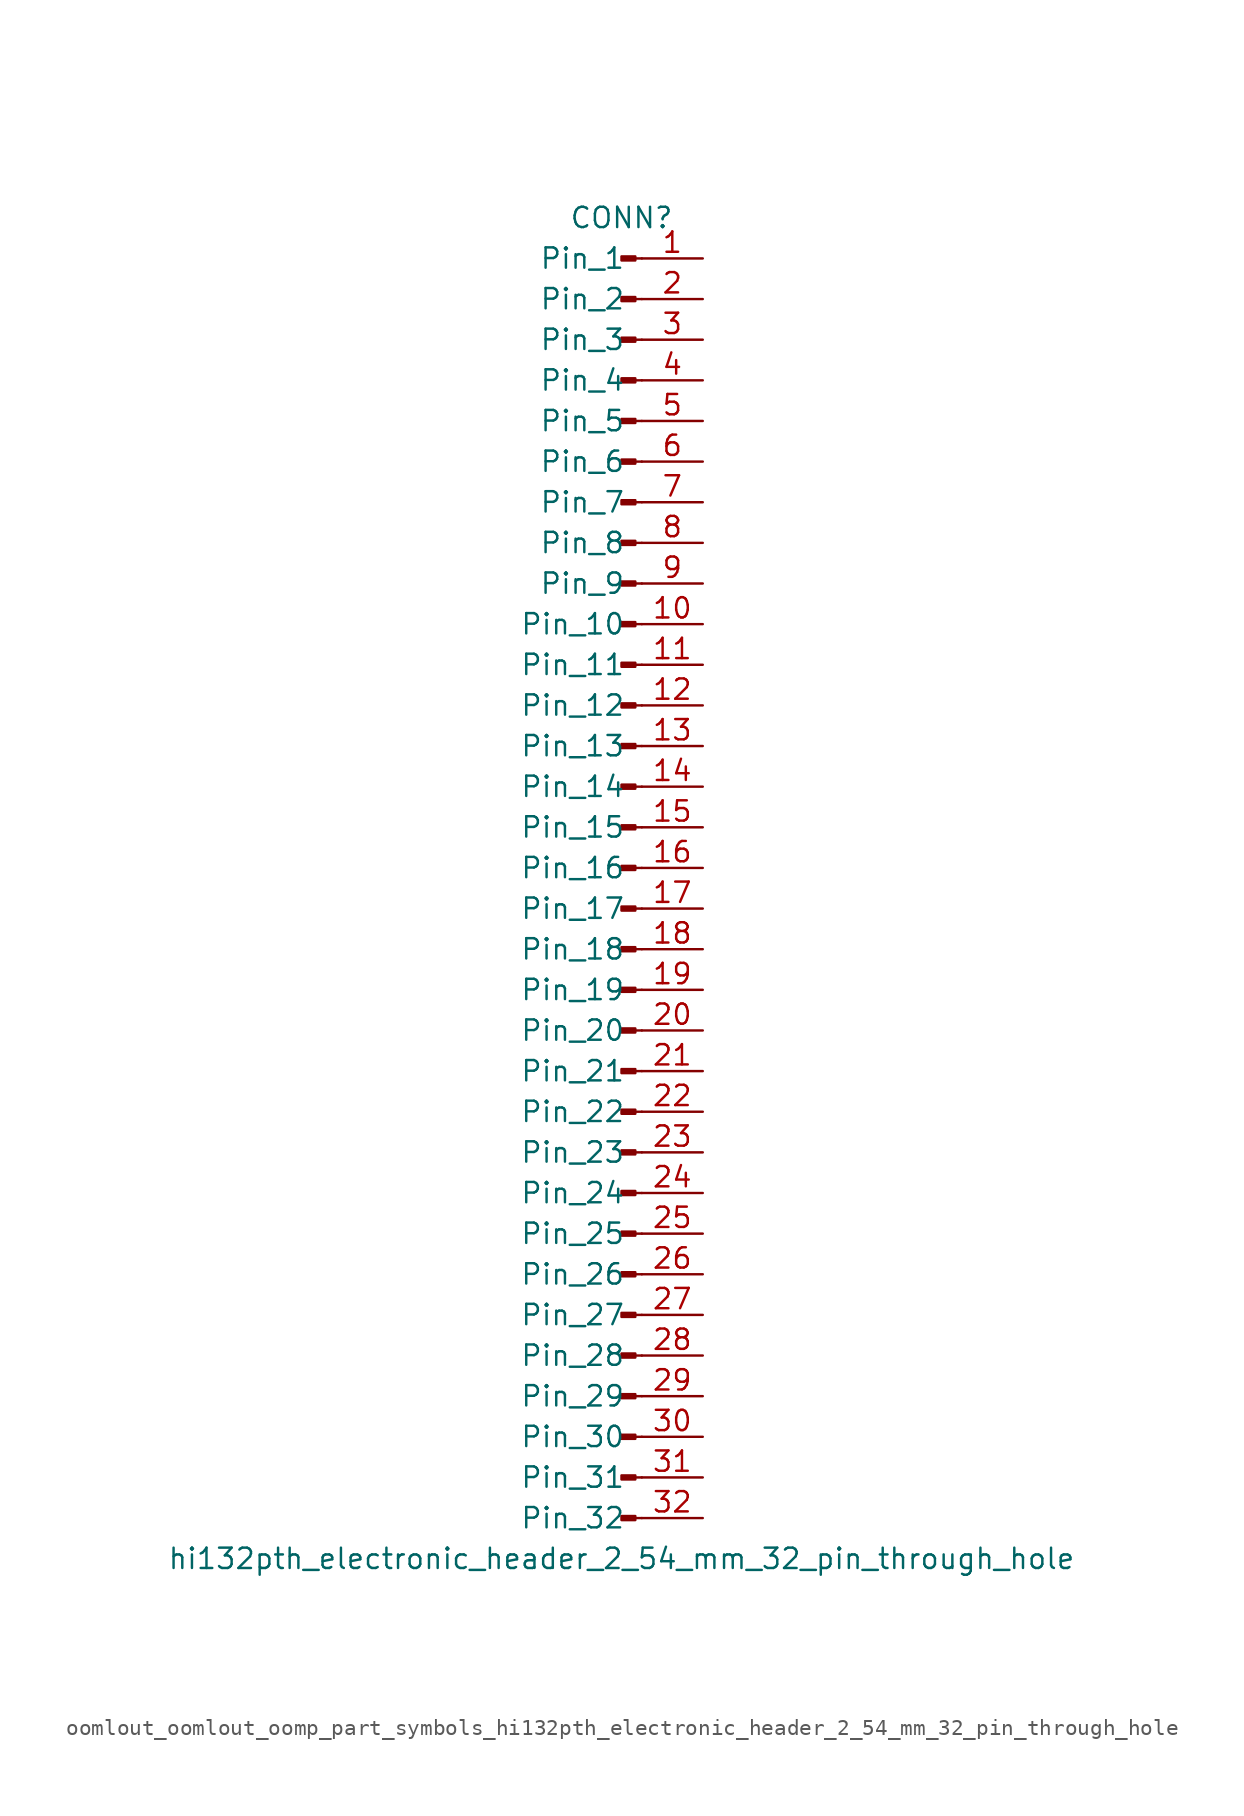
<source format=kicad_sym>
(kicad_symbol_lib
  (version 20220914)
  (generator kicad_symbol_editor)
  (symbol "oomlout_oomlout_oomp_part_symbols_hi132pth_electronic_header_2_54_mm_32_pin_through_hole"
    (pin_names
      (offset 1.016))
    (property "Reference" "CONN"
      (at 0 40.64 0)
      (effects (font (size 1.27 1.27))))
    (property "Value" "hi132pth_electronic_header_2_54_mm_32_pin_through_hole"
      (at 0 -43.18 0)
      (effects (font (size 1.27 1.27))))
    (property "ki_locked" ""
      (at 0 0 0)
      (effects (font (size 1.27 1.27))))
    (symbol "oomlout_oomlout_oomp_part_symbols_hi132pth_electronic_header_2_54_mm_32_pin_through_hole_1_1"
      (polyline (pts (xy 1.27 -40.64) (xy 0.864 -40.64)) (stroke (width 0.152) (type default)) (fill (type none)))
      (polyline (pts (xy 1.27 -38.1) (xy 0.864 -38.1)) (stroke (width 0.152) (type default)) (fill (type none)))
      (polyline (pts (xy 1.27 -35.56) (xy 0.864 -35.56)) (stroke (width 0.152) (type default)) (fill (type none)))
      (polyline (pts (xy 1.27 -33.02) (xy 0.864 -33.02)) (stroke (width 0.152) (type default)) (fill (type none)))
      (polyline (pts (xy 1.27 -30.48) (xy 0.864 -30.48)) (stroke (width 0.152) (type default)) (fill (type none)))
      (polyline (pts (xy 1.27 -27.94) (xy 0.864 -27.94)) (stroke (width 0.152) (type default)) (fill (type none)))
      (polyline (pts (xy 1.27 -25.4) (xy 0.864 -25.4)) (stroke (width 0.152) (type default)) (fill (type none)))
      (polyline (pts (xy 1.27 -22.86) (xy 0.864 -22.86)) (stroke (width 0.152) (type default)) (fill (type none)))
      (polyline (pts (xy 1.27 -20.32) (xy 0.864 -20.32)) (stroke (width 0.152) (type default)) (fill (type none)))
      (polyline (pts (xy 1.27 -17.78) (xy 0.864 -17.78)) (stroke (width 0.152) (type default)) (fill (type none)))
      (polyline (pts (xy 1.27 -15.24) (xy 0.864 -15.24)) (stroke (width 0.152) (type default)) (fill (type none)))
      (polyline (pts (xy 1.27 -12.7) (xy 0.864 -12.7)) (stroke (width 0.152) (type default)) (fill (type none)))
      (polyline (pts (xy 1.27 -10.16) (xy 0.864 -10.16)) (stroke (width 0.152) (type default)) (fill (type none)))
      (polyline (pts (xy 1.27 -7.62) (xy 0.864 -7.62)) (stroke (width 0.152) (type default)) (fill (type none)))
      (polyline (pts (xy 1.27 -5.08) (xy 0.864 -5.08)) (stroke (width 0.152) (type default)) (fill (type none)))
      (polyline (pts (xy 1.27 -2.54) (xy 0.864 -2.54)) (stroke (width 0.152) (type default)) (fill (type none)))
      (polyline (pts (xy 1.27 0) (xy 0.864 0)) (stroke (width 0.152) (type default)) (fill (type none)))
      (polyline (pts (xy 1.27 2.54) (xy 0.864 2.54)) (stroke (width 0.152) (type default)) (fill (type none)))
      (polyline (pts (xy 1.27 5.08) (xy 0.864 5.08)) (stroke (width 0.152) (type default)) (fill (type none)))
      (polyline (pts (xy 1.27 7.62) (xy 0.864 7.62)) (stroke (width 0.152) (type default)) (fill (type none)))
      (polyline (pts (xy 1.27 10.16) (xy 0.864 10.16)) (stroke (width 0.152) (type default)) (fill (type none)))
      (polyline (pts (xy 1.27 12.7) (xy 0.864 12.7)) (stroke (width 0.152) (type default)) (fill (type none)))
      (polyline (pts (xy 1.27 15.24) (xy 0.864 15.24)) (stroke (width 0.152) (type default)) (fill (type none)))
      (polyline (pts (xy 1.27 17.78) (xy 0.864 17.78)) (stroke (width 0.152) (type default)) (fill (type none)))
      (polyline (pts (xy 1.27 20.32) (xy 0.864 20.32)) (stroke (width 0.152) (type default)) (fill (type none)))
      (polyline (pts (xy 1.27 22.86) (xy 0.864 22.86)) (stroke (width 0.152) (type default)) (fill (type none)))
      (polyline (pts (xy 1.27 25.4) (xy 0.864 25.4)) (stroke (width 0.152) (type default)) (fill (type none)))
      (polyline (pts (xy 1.27 27.94) (xy 0.864 27.94)) (stroke (width 0.152) (type default)) (fill (type none)))
      (polyline (pts (xy 1.27 30.48) (xy 0.864 30.48)) (stroke (width 0.152) (type default)) (fill (type none)))
      (polyline (pts (xy 1.27 33.02) (xy 0.864 33.02)) (stroke (width 0.152) (type default)) (fill (type none)))
      (polyline (pts (xy 1.27 35.56) (xy 0.864 35.56)) (stroke (width 0.152) (type default)) (fill (type none)))
      (polyline (pts (xy 1.27 38.1) (xy 0.864 38.1)) (stroke (width 0.152) (type default)) (fill (type none)))
      (rectangle (start 0.864 -40.513) (end 0 -40.767) (stroke (width 0.152) (type default)) (fill (type outline)))
      (rectangle (start 0.864 -37.973) (end 0 -38.227) (stroke (width 0.152) (type default)) (fill (type outline)))
      (rectangle (start 0.864 -35.433) (end 0 -35.687) (stroke (width 0.152) (type default)) (fill (type outline)))
      (rectangle (start 0.864 -32.893) (end 0 -33.147) (stroke (width 0.152) (type default)) (fill (type outline)))
      (rectangle (start 0.864 -30.353) (end 0 -30.607) (stroke (width 0.152) (type default)) (fill (type outline)))
      (rectangle (start 0.864 -27.813) (end 0 -28.067) (stroke (width 0.152) (type default)) (fill (type outline)))
      (rectangle (start 0.864 -25.273) (end 0 -25.527) (stroke (width 0.152) (type default)) (fill (type outline)))
      (rectangle (start 0.864 -22.733) (end 0 -22.987) (stroke (width 0.152) (type default)) (fill (type outline)))
      (rectangle (start 0.864 -20.193) (end 0 -20.447) (stroke (width 0.152) (type default)) (fill (type outline)))
      (rectangle (start 0.864 -17.653) (end 0 -17.907) (stroke (width 0.152) (type default)) (fill (type outline)))
      (rectangle (start 0.864 -15.113) (end 0 -15.367) (stroke (width 0.152) (type default)) (fill (type outline)))
      (rectangle (start 0.864 -12.573) (end 0 -12.827) (stroke (width 0.152) (type default)) (fill (type outline)))
      (rectangle (start 0.864 -10.033) (end 0 -10.287) (stroke (width 0.152) (type default)) (fill (type outline)))
      (rectangle (start 0.864 -7.493) (end 0 -7.747) (stroke (width 0.152) (type default)) (fill (type outline)))
      (rectangle (start 0.864 -4.953) (end 0 -5.207) (stroke (width 0.152) (type default)) (fill (type outline)))
      (rectangle (start 0.864 -2.413) (end 0 -2.667) (stroke (width 0.152) (type default)) (fill (type outline)))
      (rectangle (start 0.864 0.127) (end 0 -0.127) (stroke (width 0.152) (type default)) (fill (type outline)))
      (rectangle (start 0.864 2.667) (end 0 2.413) (stroke (width 0.152) (type default)) (fill (type outline)))
      (rectangle (start 0.864 5.207) (end 0 4.953) (stroke (width 0.152) (type default)) (fill (type outline)))
      (rectangle (start 0.864 7.747) (end 0 7.493) (stroke (width 0.152) (type default)) (fill (type outline)))
      (rectangle (start 0.864 10.287) (end 0 10.033) (stroke (width 0.152) (type default)) (fill (type outline)))
      (rectangle (start 0.864 12.827) (end 0 12.573) (stroke (width 0.152) (type default)) (fill (type outline)))
      (rectangle (start 0.864 15.367) (end 0 15.113) (stroke (width 0.152) (type default)) (fill (type outline)))
      (rectangle (start 0.864 17.907) (end 0 17.653) (stroke (width 0.152) (type default)) (fill (type outline)))
      (rectangle (start 0.864 20.447) (end 0 20.193) (stroke (width 0.152) (type default)) (fill (type outline)))
      (rectangle (start 0.864 22.987) (end 0 22.733) (stroke (width 0.152) (type default)) (fill (type outline)))
      (rectangle (start 0.864 25.527) (end 0 25.273) (stroke (width 0.152) (type default)) (fill (type outline)))
      (rectangle (start 0.864 28.067) (end 0 27.813) (stroke (width 0.152) (type default)) (fill (type outline)))
      (rectangle (start 0.864 30.607) (end 0 30.353) (stroke (width 0.152) (type default)) (fill (type outline)))
      (rectangle (start 0.864 33.147) (end 0 32.893) (stroke (width 0.152) (type default)) (fill (type outline)))
      (rectangle (start 0.864 35.687) (end 0 35.433) (stroke (width 0.152) (type default)) (fill (type outline)))
      (rectangle (start 0.864 38.227) (end 0 37.973) (stroke (width 0.152) (type default)) (fill (type outline)))
      (pin passive line (at 5.08 38.1 180) (length 3.81) (name "Pin_1" (effects (font (size 1.27 1.27)))) (number "1" (effects (font (size 1.27 1.27)))))
      (pin passive line (at 5.08 15.24 180) (length 3.81) (name "Pin_10" (effects (font (size 1.27 1.27)))) (number "10" (effects (font (size 1.27 1.27)))))
      (pin passive line (at 5.08 12.7 180) (length 3.81) (name "Pin_11" (effects (font (size 1.27 1.27)))) (number "11" (effects (font (size 1.27 1.27)))))
      (pin passive line (at 5.08 10.16 180) (length 3.81) (name "Pin_12" (effects (font (size 1.27 1.27)))) (number "12" (effects (font (size 1.27 1.27)))))
      (pin passive line (at 5.08 7.62 180) (length 3.81) (name "Pin_13" (effects (font (size 1.27 1.27)))) (number "13" (effects (font (size 1.27 1.27)))))
      (pin passive line (at 5.08 5.08 180) (length 3.81) (name "Pin_14" (effects (font (size 1.27 1.27)))) (number "14" (effects (font (size 1.27 1.27)))))
      (pin passive line (at 5.08 2.54 180) (length 3.81) (name "Pin_15" (effects (font (size 1.27 1.27)))) (number "15" (effects (font (size 1.27 1.27)))))
      (pin passive line (at 5.08 0 180) (length 3.81) (name "Pin_16" (effects (font (size 1.27 1.27)))) (number "16" (effects (font (size 1.27 1.27)))))
      (pin passive line (at 5.08 -2.54 180) (length 3.81) (name "Pin_17" (effects (font (size 1.27 1.27)))) (number "17" (effects (font (size 1.27 1.27)))))
      (pin passive line (at 5.08 -5.08 180) (length 3.81) (name "Pin_18" (effects (font (size 1.27 1.27)))) (number "18" (effects (font (size 1.27 1.27)))))
      (pin passive line (at 5.08 -7.62 180) (length 3.81) (name "Pin_19" (effects (font (size 1.27 1.27)))) (number "19" (effects (font (size 1.27 1.27)))))
      (pin passive line (at 5.08 35.56 180) (length 3.81) (name "Pin_2" (effects (font (size 1.27 1.27)))) (number "2" (effects (font (size 1.27 1.27)))))
      (pin passive line (at 5.08 -10.16 180) (length 3.81) (name "Pin_20" (effects (font (size 1.27 1.27)))) (number "20" (effects (font (size 1.27 1.27)))))
      (pin passive line (at 5.08 -12.7 180) (length 3.81) (name "Pin_21" (effects (font (size 1.27 1.27)))) (number "21" (effects (font (size 1.27 1.27)))))
      (pin passive line (at 5.08 -15.24 180) (length 3.81) (name "Pin_22" (effects (font (size 1.27 1.27)))) (number "22" (effects (font (size 1.27 1.27)))))
      (pin passive line (at 5.08 -17.78 180) (length 3.81) (name "Pin_23" (effects (font (size 1.27 1.27)))) (number "23" (effects (font (size 1.27 1.27)))))
      (pin passive line (at 5.08 -20.32 180) (length 3.81) (name "Pin_24" (effects (font (size 1.27 1.27)))) (number "24" (effects (font (size 1.27 1.27)))))
      (pin passive line (at 5.08 -22.86 180) (length 3.81) (name "Pin_25" (effects (font (size 1.27 1.27)))) (number "25" (effects (font (size 1.27 1.27)))))
      (pin passive line (at 5.08 -25.4 180) (length 3.81) (name "Pin_26" (effects (font (size 1.27 1.27)))) (number "26" (effects (font (size 1.27 1.27)))))
      (pin passive line (at 5.08 -27.94 180) (length 3.81) (name "Pin_27" (effects (font (size 1.27 1.27)))) (number "27" (effects (font (size 1.27 1.27)))))
      (pin passive line (at 5.08 -30.48 180) (length 3.81) (name "Pin_28" (effects (font (size 1.27 1.27)))) (number "28" (effects (font (size 1.27 1.27)))))
      (pin passive line (at 5.08 -33.02 180) (length 3.81) (name "Pin_29" (effects (font (size 1.27 1.27)))) (number "29" (effects (font (size 1.27 1.27)))))
      (pin passive line (at 5.08 33.02 180) (length 3.81) (name "Pin_3" (effects (font (size 1.27 1.27)))) (number "3" (effects (font (size 1.27 1.27)))))
      (pin passive line (at 5.08 -35.56 180) (length 3.81) (name "Pin_30" (effects (font (size 1.27 1.27)))) (number "30" (effects (font (size 1.27 1.27)))))
      (pin passive line (at 5.08 -38.1 180) (length 3.81) (name "Pin_31" (effects (font (size 1.27 1.27)))) (number "31" (effects (font (size 1.27 1.27)))))
      (pin passive line (at 5.08 -40.64 180) (length 3.81) (name "Pin_32" (effects (font (size 1.27 1.27)))) (number "32" (effects (font (size 1.27 1.27)))))
      (pin passive line (at 5.08 30.48 180) (length 3.81) (name "Pin_4" (effects (font (size 1.27 1.27)))) (number "4" (effects (font (size 1.27 1.27)))))
      (pin passive line (at 5.08 27.94 180) (length 3.81) (name "Pin_5" (effects (font (size 1.27 1.27)))) (number "5" (effects (font (size 1.27 1.27)))))
      (pin passive line (at 5.08 25.4 180) (length 3.81) (name "Pin_6" (effects (font (size 1.27 1.27)))) (number "6" (effects (font (size 1.27 1.27)))))
      (pin passive line (at 5.08 22.86 180) (length 3.81) (name "Pin_7" (effects (font (size 1.27 1.27)))) (number "7" (effects (font (size 1.27 1.27)))))
      (pin passive line (at 5.08 20.32 180) (length 3.81) (name "Pin_8" (effects (font (size 1.27 1.27)))) (number "8" (effects (font (size 1.27 1.27)))))
      (pin passive line (at 5.08 17.78 180) (length 3.81) (name "Pin_9" (effects (font (size 1.27 1.27)))) (number "9" (effects (font (size 1.27 1.27))))))))
</source>
